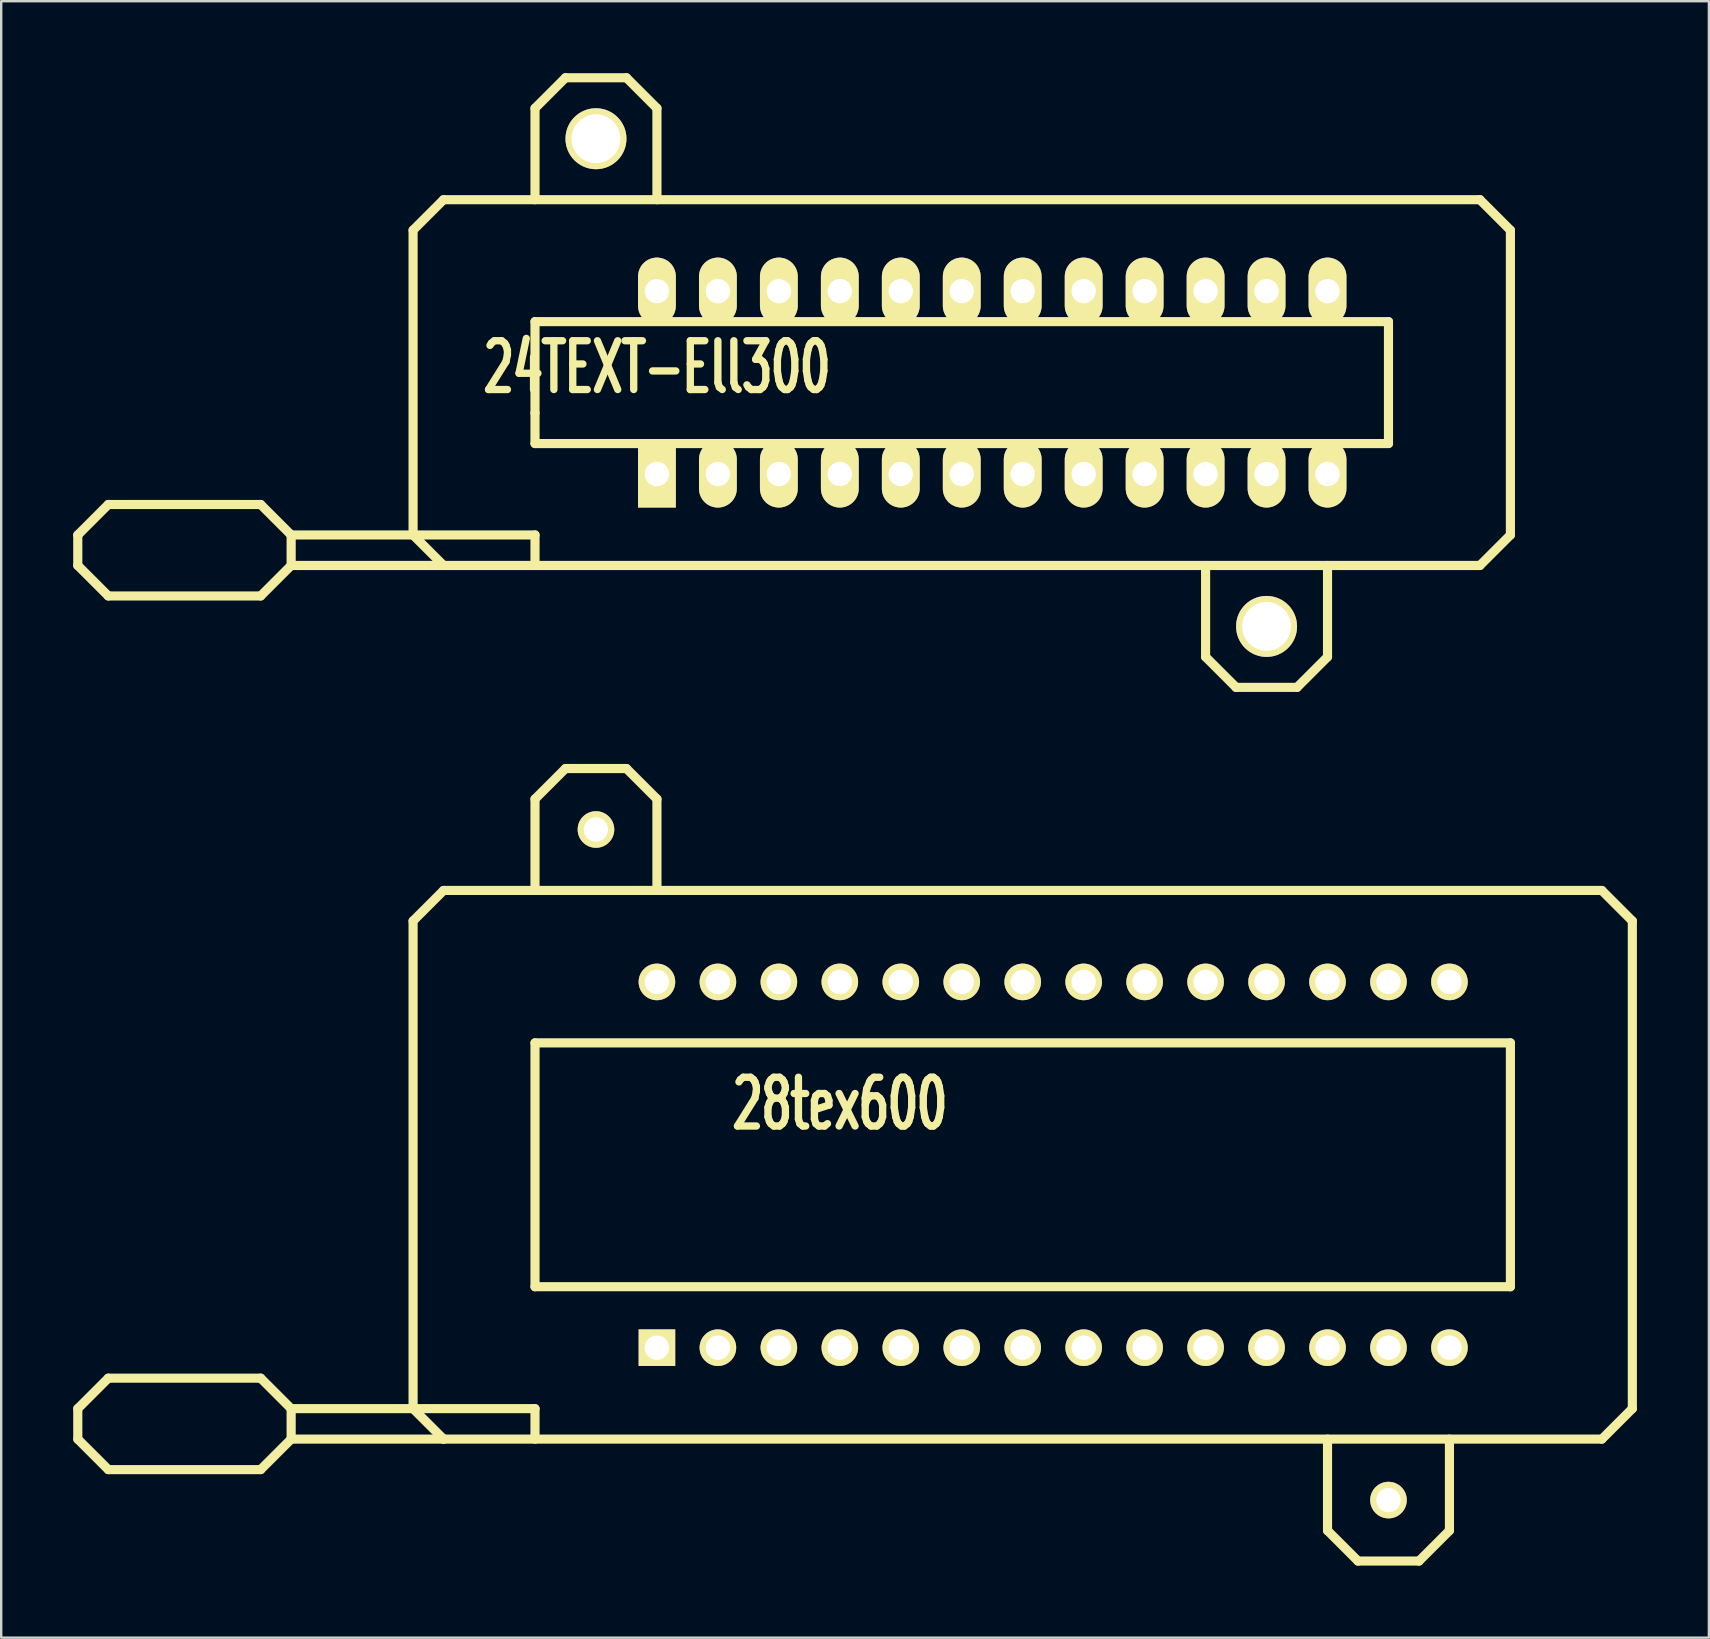
<source format=kicad_pcb>
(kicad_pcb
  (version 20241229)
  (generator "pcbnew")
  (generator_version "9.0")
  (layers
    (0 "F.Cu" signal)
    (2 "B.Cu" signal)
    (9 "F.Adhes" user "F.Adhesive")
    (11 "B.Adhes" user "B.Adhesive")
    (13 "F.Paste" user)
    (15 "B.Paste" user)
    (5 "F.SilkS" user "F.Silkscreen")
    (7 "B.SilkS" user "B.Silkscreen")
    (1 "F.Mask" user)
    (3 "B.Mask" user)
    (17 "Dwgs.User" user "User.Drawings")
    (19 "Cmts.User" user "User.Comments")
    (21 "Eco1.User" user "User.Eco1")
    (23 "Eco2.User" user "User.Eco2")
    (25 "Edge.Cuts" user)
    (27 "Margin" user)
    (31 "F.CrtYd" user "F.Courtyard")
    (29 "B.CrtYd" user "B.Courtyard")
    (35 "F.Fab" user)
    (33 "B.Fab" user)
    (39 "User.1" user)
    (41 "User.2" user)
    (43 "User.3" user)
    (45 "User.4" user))
  (footprint "28tex600"
    (layer "F.Cu")
    (at 40.831 45.481)
    (property "Reference" "28tex600" (at -8.89 -2.54 0) (layer "F.SilkS") (effects (font (size 2.032 1.27) (thickness 0.305))))
    (attr through_hole)
    (fp_line (start -40.64 10.16) (end -40.64 11.43) (stroke (width 0.381) (type solid)) (layer "F.SilkS"))
    (fp_line (start -40.64 11.43) (end -39.37 12.7) (stroke (width 0.381) (type solid)) (layer "F.SilkS"))
    (fp_line (start -39.37 8.89) (end -40.64 10.16) (stroke (width 0.381) (type solid)) (layer "F.SilkS"))
    (fp_line (start -39.37 12.7) (end -33.02 12.7) (stroke (width 0.381) (type solid)) (layer "F.SilkS"))
    (fp_line (start -33.02 8.89) (end -39.37 8.89) (stroke (width 0.381) (type solid)) (layer "F.SilkS"))
    (fp_line (start -33.02 12.7) (end -31.75 11.43) (stroke (width 0.381) (type solid)) (layer "F.SilkS"))
    (fp_line (start -31.75 10.16) (end -33.02 8.89) (stroke (width 0.381) (type solid)) (layer "F.SilkS"))
    (fp_line (start -31.75 10.16) (end -21.59 10.16) (stroke (width 0.381) (type solid)) (layer "F.SilkS"))
    (fp_line (start -31.75 11.43) (end -31.75 10.16) (stroke (width 0.381) (type solid)) (layer "F.SilkS"))
    (fp_line (start -31.75 11.43) (end -25.4 11.43) (stroke (width 0.381) (type solid)) (layer "F.SilkS"))
    (fp_line (start -26.67 -10.16) (end -26.67 10.16) (stroke (width 0.381) (type solid)) (layer "F.SilkS"))
    (fp_line (start -26.67 10.16) (end -25.4 11.43) (stroke (width 0.381) (type solid)) (layer "F.SilkS"))
    (fp_line (start -25.4 -11.43) (end -26.67 -10.16) (stroke (width 0.381) (type solid)) (layer "F.SilkS"))
    (fp_line (start -25.4 11.43) (end 22.86 11.43) (stroke (width 0.381) (type solid)) (layer "F.SilkS"))
    (fp_line (start -21.59 -15.24) (end -21.59 -11.43) (stroke (width 0.381) (type solid)) (layer "F.SilkS"))
    (fp_line (start -21.59 -5.08) (end -21.59 5.08) (stroke (width 0.381) (type solid)) (layer "F.SilkS"))
    (fp_line (start -21.59 5.08) (end 19.05 5.08) (stroke (width 0.381) (type solid)) (layer "F.SilkS"))
    (fp_line (start -21.59 10.16) (end -21.59 11.43) (stroke (width 0.381) (type solid)) (layer "F.SilkS"))
    (fp_line (start -20.32 -16.51) (end -21.59 -15.24) (stroke (width 0.381) (type solid)) (layer "F.SilkS"))
    (fp_line (start -17.78 -16.51) (end -20.32 -16.51) (stroke (width 0.381) (type solid)) (layer "F.SilkS"))
    (fp_line (start -16.51 -15.24) (end -17.78 -16.51) (stroke (width 0.381) (type solid)) (layer "F.SilkS"))
    (fp_line (start -16.51 -11.43) (end -16.51 -15.24) (stroke (width 0.381) (type solid)) (layer "F.SilkS"))
    (fp_line (start 11.43 15.24) (end 11.43 11.43) (stroke (width 0.381) (type solid)) (layer "F.SilkS"))
    (fp_line (start 12.7 16.51) (end 11.43 15.24) (stroke (width 0.381) (type solid)) (layer "F.SilkS"))
    (fp_line (start 15.24 16.51) (end 12.7 16.51) (stroke (width 0.381) (type solid)) (layer "F.SilkS"))
    (fp_line (start 16.51 11.43) (end 16.51 15.24) (stroke (width 0.381) (type solid)) (layer "F.SilkS"))
    (fp_line (start 16.51 15.24) (end 15.24 16.51) (stroke (width 0.381) (type solid)) (layer "F.SilkS"))
    (fp_line (start 19.05 -5.08) (end -21.59 -5.08) (stroke (width 0.381) (type solid)) (layer "F.SilkS"))
    (fp_line (start 19.05 5.08) (end 19.05 -5.08) (stroke (width 0.381) (type solid)) (layer "F.SilkS"))
    (fp_line (start 22.86 -11.43) (end -25.4 -11.43) (stroke (width 0.381) (type solid)) (layer "F.SilkS"))
    (fp_line (start 22.86 11.43) (end 24.13 10.16) (stroke (width 0.381) (type solid)) (layer "F.SilkS"))
    (fp_line (start 24.13 -10.16) (end 22.86 -11.43) (stroke (width 0.381) (type solid)) (layer "F.SilkS"))
    (fp_line (start 24.13 10.16) (end 24.13 -10.16) (stroke (width 0.381) (type solid)) (layer "F.SilkS"))
    (pad "1" thru_hole rect (at -16.51 7.62) (size 1.524 1.524) (drill 1.016) (layers "*.Cu" "*.Mask" "F.SilkS"))
    (pad "2" thru_hole circle (at -13.97 7.62) (size 1.524 1.524) (drill 1.016) (layers "*.Cu" "*.Mask" "F.SilkS"))
    (pad "3" thru_hole circle (at -11.43 7.62) (size 1.524 1.524) (drill 1.016) (layers "*.Cu" "*.Mask" "F.SilkS"))
    (pad "4" thru_hole circle (at -8.89 7.62) (size 1.524 1.524) (drill 1.016) (layers "*.Cu" "*.Mask" "F.SilkS"))
    (pad "5" thru_hole circle (at -6.35 7.62) (size 1.524 1.524) (drill 1.016) (layers "*.Cu" "*.Mask" "F.SilkS"))
    (pad "6" thru_hole circle (at -3.81 7.62) (size 1.524 1.524) (drill 1.016) (layers "*.Cu" "*.Mask" "F.SilkS"))
    (pad "7" thru_hole circle (at -1.27 7.62) (size 1.524 1.524) (drill 1.016) (layers "*.Cu" "*.Mask" "F.SilkS"))
    (pad "8" thru_hole circle (at 1.27 7.62) (size 1.524 1.524) (drill 1.016) (layers "*.Cu" "*.Mask" "F.SilkS"))
    (pad "9" thru_hole circle (at 3.81 7.62) (size 1.524 1.524) (drill 1.016) (layers "*.Cu" "*.Mask" "F.SilkS"))
    (pad "10" thru_hole circle (at 6.35 7.62) (size 1.524 1.524) (drill 1.016) (layers "*.Cu" "*.Mask" "F.SilkS"))
    (pad "11" thru_hole circle (at 8.89 7.62) (size 1.524 1.524) (drill 1.016) (layers "*.Cu" "*.Mask" "F.SilkS"))
    (pad "12" thru_hole circle (at 11.43 7.62) (size 1.524 1.524) (drill 1.016) (layers "*.Cu" "*.Mask" "F.SilkS"))
    (pad "13" thru_hole circle (at 13.97 7.62) (size 1.524 1.524) (drill 1.016) (layers "*.Cu" "*.Mask" "F.SilkS"))
    (pad "14" thru_hole circle (at 16.51 7.62) (size 1.524 1.524) (drill 1.016) (layers "*.Cu" "*.Mask" "F.SilkS"))
    (pad "15" thru_hole circle (at 16.51 -7.62) (size 1.524 1.524) (drill 1.016) (layers "*.Cu" "*.Mask" "F.SilkS"))
    (pad "16" thru_hole circle (at 13.97 -7.62) (size 1.524 1.524) (drill 1.016) (layers "*.Cu" "*.Mask" "F.SilkS"))
    (pad "17" thru_hole circle (at 11.43 -7.62) (size 1.524 1.524) (drill 1.016) (layers "*.Cu" "*.Mask" "F.SilkS"))
    (pad "18" thru_hole circle (at 8.89 -7.62) (size 1.524 1.524) (drill 1.016) (layers "*.Cu" "*.Mask" "F.SilkS"))
    (pad "19" thru_hole circle (at 6.35 -7.62) (size 1.524 1.524) (drill 1.016) (layers "*.Cu" "*.Mask" "F.SilkS"))
    (pad "20" thru_hole circle (at 3.81 -7.62) (size 1.524 1.524) (drill 1.016) (layers "*.Cu" "*.Mask" "F.SilkS"))
    (pad "21" thru_hole circle (at 1.27 -7.62) (size 1.524 1.524) (drill 1.016) (layers "*.Cu" "*.Mask" "F.SilkS"))
    (pad "22" thru_hole circle (at -1.27 -7.62) (size 1.524 1.524) (drill 1.016) (layers "*.Cu" "*.Mask" "F.SilkS"))
    (pad "23" thru_hole circle (at -3.81 -7.62) (size 1.524 1.524) (drill 1.016) (layers "*.Cu" "*.Mask" "F.SilkS"))
    (pad "24" thru_hole circle (at -6.35 -7.62) (size 1.524 1.524) (drill 1.016) (layers "*.Cu" "*.Mask" "F.SilkS"))
    (pad "25" thru_hole circle (at -8.89 -7.62) (size 1.524 1.524) (drill 1.016) (layers "*.Cu" "*.Mask" "F.SilkS"))
    (pad "26" thru_hole circle (at -11.43 -7.62) (size 1.524 1.524) (drill 1.016) (layers "*.Cu" "*.Mask" "F.SilkS"))
    (pad "27" thru_hole circle (at -13.97 -7.62) (size 1.524 1.524) (drill 1.016) (layers "*.Cu" "*.Mask" "F.SilkS"))
    (pad "28" thru_hole circle (at -16.51 -7.62) (size 1.524 1.524) (drill 1.016) (layers "*.Cu" "*.Mask" "F.SilkS"))
    (pad "HOLE" thru_hole circle (at -19.05 -13.97) (size 1.524 1.524) (drill 1.016) (layers "*.Cu" "*.Mask" "F.SilkS"))
    (pad "HOLE" thru_hole circle (at 13.97 13.97) (size 1.524 1.524) (drill 1.016) (layers "*.Cu" "*.Mask" "F.SilkS")))
  (footprint "24TEXT-Ell300"
    (layer "F.Cu")
    (at 38.291 12.89)
    (property "Reference" "24TEXT-Ell300" (at -13.97 -0.635 0) (layer "F.SilkS") (effects (font (size 2.032 1.27) (thickness 0.305))))
    (attr through_hole)
    (fp_line (start -38.1 6.35) (end -38.1 7.62) (stroke (width 0.381) (type solid)) (layer "F.SilkS"))
    (fp_line (start -38.1 7.62) (end -36.83 8.89) (stroke (width 0.381) (type solid)) (layer "F.SilkS"))
    (fp_line (start -36.83 5.08) (end -38.1 6.35) (stroke (width 0.381) (type solid)) (layer "F.SilkS"))
    (fp_line (start -36.83 8.89) (end -30.48 8.89) (stroke (width 0.381) (type solid)) (layer "F.SilkS"))
    (fp_line (start -30.48 5.08) (end -36.83 5.08) (stroke (width 0.381) (type solid)) (layer "F.SilkS"))
    (fp_line (start -30.48 5.08) (end -29.21 6.35) (stroke (width 0.381) (type solid)) (layer "F.SilkS"))
    (fp_line (start -30.48 8.89) (end -29.21 7.62) (stroke (width 0.381) (type solid)) (layer "F.SilkS"))
    (fp_line (start -29.21 6.35) (end -29.21 7.62) (stroke (width 0.381) (type solid)) (layer "F.SilkS"))
    (fp_line (start -29.21 6.35) (end -19.05 6.35) (stroke (width 0.381) (type solid)) (layer "F.SilkS"))
    (fp_line (start -29.21 7.62) (end -22.86 7.62) (stroke (width 0.381) (type solid)) (layer "F.SilkS"))
    (fp_line (start -24.13 -6.35) (end -24.13 6.35) (stroke (width 0.381) (type solid)) (layer "F.SilkS"))
    (fp_line (start -24.13 6.35) (end -22.86 7.62) (stroke (width 0.381) (type solid)) (layer "F.SilkS"))
    (fp_line (start -22.86 -7.62) (end -24.13 -6.35) (stroke (width 0.381) (type solid)) (layer "F.SilkS"))
    (fp_line (start -22.86 7.62) (end 20.32 7.62) (stroke (width 0.381) (type solid)) (layer "F.SilkS"))
    (fp_line (start -19.05 -11.43) (end -19.05 -7.62) (stroke (width 0.381) (type solid)) (layer "F.SilkS"))
    (fp_line (start -19.05 -2.54) (end 16.51 -2.54) (stroke (width 0.381) (type solid)) (layer "F.SilkS"))
    (fp_line (start -19.05 1.27) (end -19.05 -2.54) (stroke (width 0.381) (type solid)) (layer "F.SilkS"))
    (fp_line (start -19.05 2.54) (end -19.05 1.27) (stroke (width 0.381) (type solid)) (layer "F.SilkS"))
    (fp_line (start -19.05 6.35) (end -19.05 7.62) (stroke (width 0.381) (type solid)) (layer "F.SilkS"))
    (fp_line (start -17.78 -12.7) (end -19.05 -11.43) (stroke (width 0.381) (type solid)) (layer "F.SilkS"))
    (fp_line (start -15.24 -12.7) (end -17.78 -12.7) (stroke (width 0.381) (type solid)) (layer "F.SilkS"))
    (fp_line (start -13.97 -11.43) (end -15.24 -12.7) (stroke (width 0.381) (type solid)) (layer "F.SilkS"))
    (fp_line (start -13.97 -7.62) (end -13.97 -11.43) (stroke (width 0.381) (type solid)) (layer "F.SilkS"))
    (fp_line (start 8.89 11.43) (end 8.89 7.62) (stroke (width 0.381) (type solid)) (layer "F.SilkS"))
    (fp_line (start 10.16 12.7) (end 8.89 11.43) (stroke (width 0.381) (type solid)) (layer "F.SilkS"))
    (fp_line (start 12.7 12.7) (end 10.16 12.7) (stroke (width 0.381) (type solid)) (layer "F.SilkS"))
    (fp_line (start 13.97 7.62) (end 13.97 11.43) (stroke (width 0.381) (type solid)) (layer "F.SilkS"))
    (fp_line (start 13.97 11.43) (end 12.7 12.7) (stroke (width 0.381) (type solid)) (layer "F.SilkS"))
    (fp_line (start 16.51 -2.54) (end 16.51 2.54) (stroke (width 0.381) (type solid)) (layer "F.SilkS"))
    (fp_line (start 16.51 2.54) (end -19.05 2.54) (stroke (width 0.381) (type solid)) (layer "F.SilkS"))
    (fp_line (start 20.32 -7.62) (end -22.86 -7.62) (stroke (width 0.381) (type solid)) (layer "F.SilkS"))
    (fp_line (start 20.32 7.62) (end 21.59 6.35) (stroke (width 0.381) (type solid)) (layer "F.SilkS"))
    (fp_line (start 21.59 -6.35) (end 20.32 -7.62) (stroke (width 0.381) (type solid)) (layer "F.SilkS"))
    (fp_line (start 21.59 6.35) (end 21.59 -6.35) (stroke (width 0.381) (type solid)) (layer "F.SilkS"))
    (pad "1" thru_hole rect (at -13.97 3.81) (size 1.575 2.794) (drill 1.016) (layers "*.Cu" "*.Mask" "F.SilkS"))
    (pad "2" thru_hole oval (at -11.43 3.81) (size 1.575 2.794) (drill 1.016) (layers "*.Cu" "*.Mask" "F.SilkS"))
    (pad "3" thru_hole oval (at -8.89 3.81) (size 1.575 2.794) (drill 1.016) (layers "*.Cu" "*.Mask" "F.SilkS"))
    (pad "4" thru_hole oval (at -6.35 3.81) (size 1.575 2.794) (drill 1.016) (layers "*.Cu" "*.Mask" "F.SilkS"))
    (pad "5" thru_hole oval (at -3.81 3.81) (size 1.575 2.794) (drill 1.016) (layers "*.Cu" "*.Mask" "F.SilkS"))
    (pad "6" thru_hole oval (at -1.27 3.81) (size 1.575 2.794) (drill 1.016) (layers "*.Cu" "*.Mask" "F.SilkS"))
    (pad "7" thru_hole oval (at 1.27 3.81) (size 1.575 2.794) (drill 1.016) (layers "*.Cu" "*.Mask" "F.SilkS"))
    (pad "8" thru_hole oval (at 3.81 3.81) (size 1.575 2.794) (drill 1.016) (layers "*.Cu" "*.Mask" "F.SilkS"))
    (pad "9" thru_hole oval (at 6.35 3.81) (size 1.575 2.794) (drill 1.016) (layers "*.Cu" "*.Mask" "F.SilkS"))
    (pad "10" thru_hole oval (at 8.89 3.81) (size 1.575 2.794) (drill 1.016) (layers "*.Cu" "*.Mask" "F.SilkS"))
    (pad "11" thru_hole oval (at 11.43 3.81) (size 1.575 2.794) (drill 1.016) (layers "*.Cu" "*.Mask" "F.SilkS"))
    (pad "12" thru_hole oval (at 13.97 3.81) (size 1.575 2.794) (drill 1.016) (layers "*.Cu" "*.Mask" "F.SilkS"))
    (pad "13" thru_hole oval (at 13.97 -3.81) (size 1.575 2.794) (drill 1.016) (layers "*.Cu" "*.Mask" "F.SilkS"))
    (pad "14" thru_hole oval (at 11.43 -3.81) (size 1.575 2.794) (drill 1.016) (layers "*.Cu" "*.Mask" "F.SilkS"))
    (pad "15" thru_hole oval (at 8.89 -3.81) (size 1.575 2.794) (drill 1.016) (layers "*.Cu" "*.Mask" "F.SilkS"))
    (pad "16" thru_hole oval (at 6.35 -3.81) (size 1.575 2.794) (drill 1.016) (layers "*.Cu" "*.Mask" "F.SilkS"))
    (pad "17" thru_hole oval (at 3.81 -3.81) (size 1.575 2.794) (drill 1.016) (layers "*.Cu" "*.Mask" "F.SilkS"))
    (pad "18" thru_hole oval (at 1.27 -3.81) (size 1.575 2.794) (drill 1.016) (layers "*.Cu" "*.Mask" "F.SilkS"))
    (pad "19" thru_hole oval (at -1.27 -3.81) (size 1.575 2.794) (drill 1.016) (layers "*.Cu" "*.Mask" "F.SilkS"))
    (pad "20" thru_hole oval (at -3.81 -3.81) (size 1.575 2.794) (drill 1.016) (layers "*.Cu" "*.Mask" "F.SilkS"))
    (pad "21" thru_hole oval (at -6.35 -3.81) (size 1.575 2.794) (drill 1.016) (layers "*.Cu" "*.Mask" "F.SilkS"))
    (pad "22" thru_hole oval (at -8.89 -3.81) (size 1.575 2.794) (drill 1.016) (layers "*.Cu" "*.Mask" "F.SilkS"))
    (pad "23" thru_hole oval (at -11.43 -3.81) (size 1.575 2.794) (drill 1.016) (layers "*.Cu" "*.Mask" "F.SilkS"))
    (pad "24" thru_hole oval (at -13.97 -3.81) (size 1.575 2.794) (drill 1.016) (layers "*.Cu" "*.Mask" "F.SilkS"))
    (pad "HOLE" thru_hole circle (at -16.51 -10.16) (size 2.54 2.54) (drill 2.032) (layers "*.Cu" "*.Mask" "F.SilkS"))
    (pad "HOLE" thru_hole circle (at 11.43 10.16) (size 2.54 2.54) (drill 2.032) (layers "*.Cu" "*.Mask" "F.SilkS")))
  (gr_rect
    (start -3 -3)
    (end 68.151 65.182)
    (stroke (width 0.1) (type default))
    (fill no)
    (layer "Edge.Cuts")))
</source>
